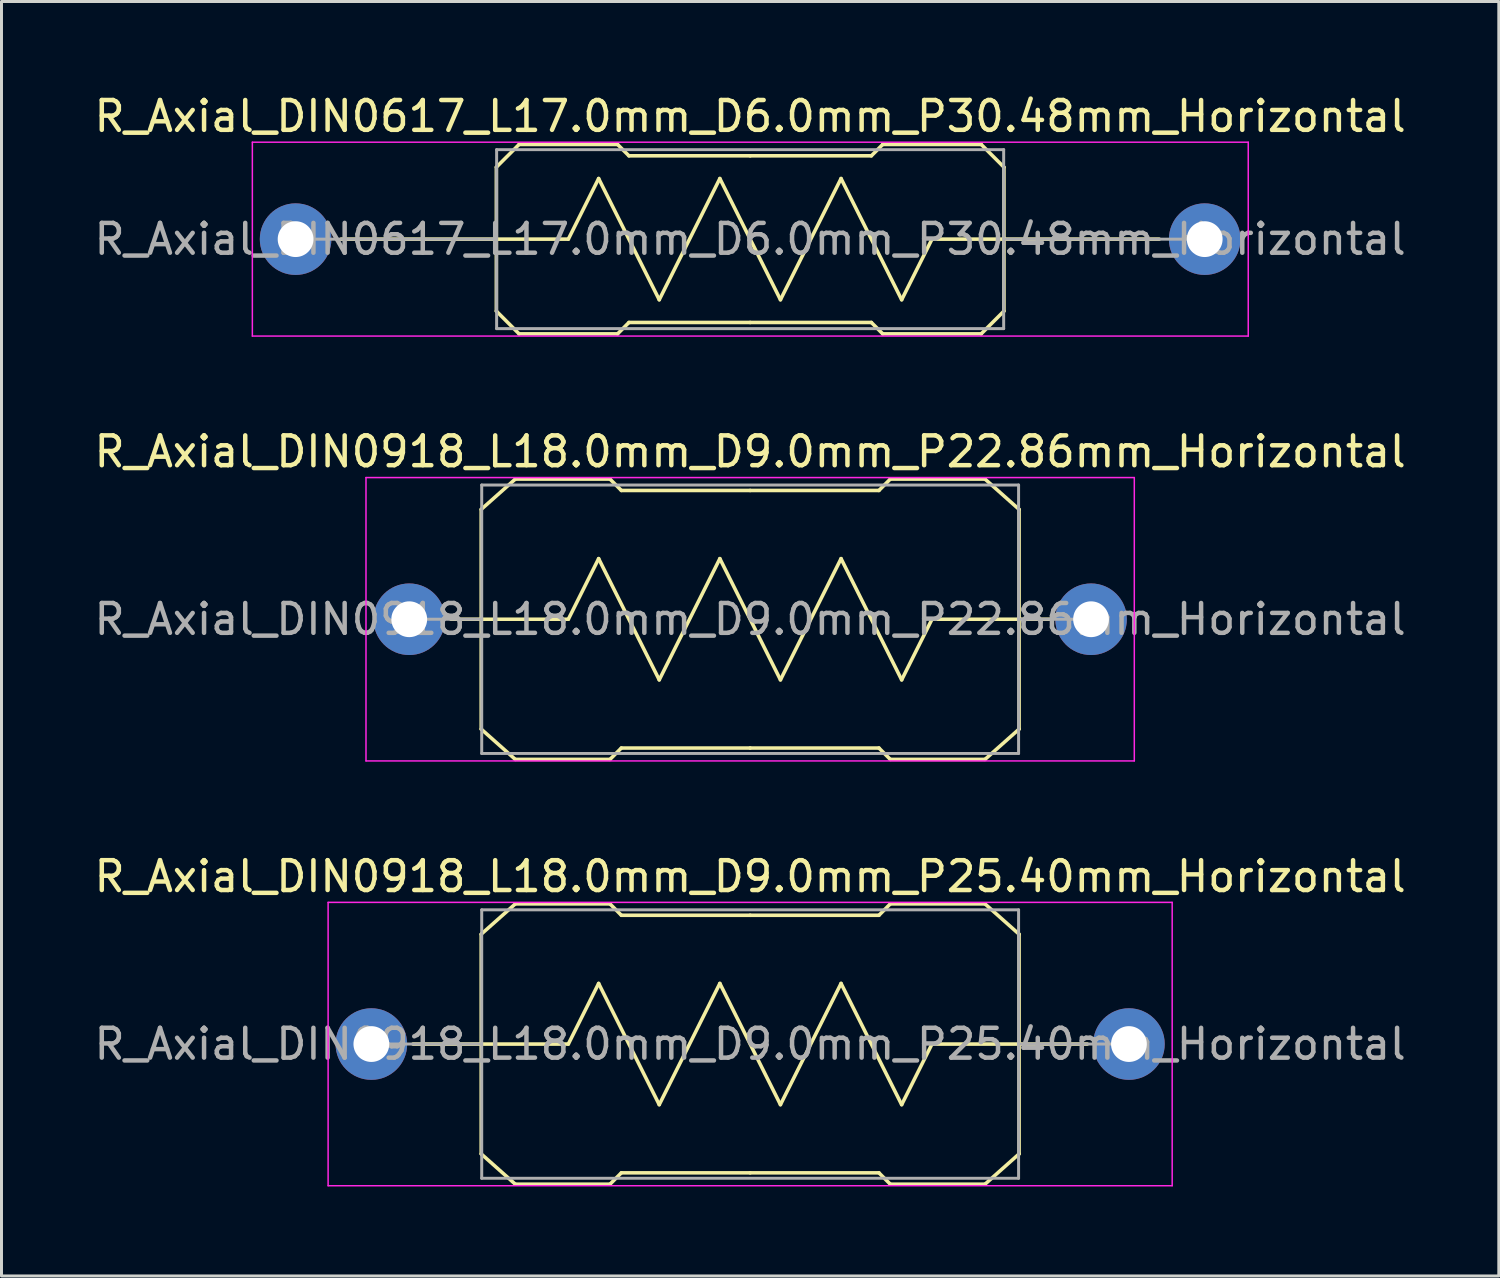
<source format=kicad_pcb>
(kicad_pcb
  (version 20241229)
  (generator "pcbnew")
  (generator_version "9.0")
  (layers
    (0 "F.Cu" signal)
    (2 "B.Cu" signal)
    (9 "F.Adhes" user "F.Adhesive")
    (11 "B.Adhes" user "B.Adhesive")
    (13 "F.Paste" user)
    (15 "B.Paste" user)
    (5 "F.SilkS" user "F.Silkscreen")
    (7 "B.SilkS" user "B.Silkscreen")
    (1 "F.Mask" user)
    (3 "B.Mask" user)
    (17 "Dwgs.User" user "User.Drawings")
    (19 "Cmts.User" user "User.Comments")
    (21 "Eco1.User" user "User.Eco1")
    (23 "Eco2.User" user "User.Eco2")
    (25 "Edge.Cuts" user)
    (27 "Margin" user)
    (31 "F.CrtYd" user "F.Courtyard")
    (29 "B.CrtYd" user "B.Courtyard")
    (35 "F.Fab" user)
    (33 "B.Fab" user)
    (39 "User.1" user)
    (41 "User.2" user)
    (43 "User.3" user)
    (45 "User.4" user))
  (footprint "R_Axial_DIN0918_L18.0mm_D9.0mm_P22.86mm_Horizontal"
    (layer "F.Cu")
    (at 10.671 17.712)
    (property "Reference" "R_Axial_DIN0918_L18.0mm_D9.0mm_P22.86mm_Horizontal" (at 11.43 -5.62 0) (layer "F.SilkS") (effects (font (size 1 1) (thickness 0.15))))
    (attr through_hole)
    (fp_line (start 2.413 -3.683) (end 2.413 3.683) (stroke (width 0.12) (type solid)) (layer "F.SilkS"))
    (fp_line (start 2.413 -3.683) (end 3.556 -4.699) (stroke (width 0.12) (type solid)) (layer "F.SilkS"))
    (fp_line (start 2.413 0) (end 1.397 0) (stroke (width 0.12) (type solid)) (layer "F.SilkS"))
    (fp_line (start 2.413 0) (end 5.334 0) (stroke (width 0.12) (type solid)) (layer "F.SilkS"))
    (fp_line (start 2.413 3.683) (end 3.556 4.699) (stroke (width 0.12) (type solid)) (layer "F.SilkS"))
    (fp_line (start 3.556 -4.699) (end 6.731 -4.699) (stroke (width 0.12) (type solid)) (layer "F.SilkS"))
    (fp_line (start 3.556 4.699) (end 6.731 4.699) (stroke (width 0.12) (type solid)) (layer "F.SilkS"))
    (fp_line (start 5.334 0) (end 6.35 -2.032) (stroke (width 0.12) (type solid)) (layer "F.SilkS"))
    (fp_line (start 6.35 -2.032) (end 8.382 2.032) (stroke (width 0.12) (type solid)) (layer "F.SilkS"))
    (fp_line (start 6.731 -4.699) (end 7.112 -4.318) (stroke (width 0.12) (type solid)) (layer "F.SilkS"))
    (fp_line (start 6.731 4.699) (end 7.112 4.318) (stroke (width 0.12) (type solid)) (layer "F.SilkS"))
    (fp_line (start 7.112 -4.318) (end 11.43 -4.318) (stroke (width 0.12) (type solid)) (layer "F.SilkS"))
    (fp_line (start 7.112 4.318) (end 11.43 4.318) (stroke (width 0.12) (type solid)) (layer "F.SilkS"))
    (fp_line (start 8.382 2.032) (end 10.414 -2.032) (stroke (width 0.12) (type solid)) (layer "F.SilkS"))
    (fp_line (start 10.414 -2.032) (end 12.446 2.032) (stroke (width 0.12) (type solid)) (layer "F.SilkS"))
    (fp_line (start 12.446 2.032) (end 14.478 -2.032) (stroke (width 0.12) (type solid)) (layer "F.SilkS"))
    (fp_line (start 14.478 -2.032) (end 16.51 2.032) (stroke (width 0.12) (type solid)) (layer "F.SilkS"))
    (fp_line (start 15.748 -4.318) (end 11.43 -4.318) (stroke (width 0.12) (type solid)) (layer "F.SilkS"))
    (fp_line (start 15.748 4.318) (end 11.43 4.318) (stroke (width 0.12) (type solid)) (layer "F.SilkS"))
    (fp_line (start 16.129 -4.699) (end 15.748 -4.318) (stroke (width 0.12) (type solid)) (layer "F.SilkS"))
    (fp_line (start 16.129 4.699) (end 15.748 4.318) (stroke (width 0.12) (type solid)) (layer "F.SilkS"))
    (fp_line (start 16.51 2.032) (end 17.526 0) (stroke (width 0.12) (type solid)) (layer "F.SilkS"))
    (fp_line (start 19.304 -4.699) (end 16.129 -4.699) (stroke (width 0.12) (type solid)) (layer "F.SilkS"))
    (fp_line (start 19.304 4.699) (end 16.129 4.699) (stroke (width 0.12) (type solid)) (layer "F.SilkS"))
    (fp_line (start 20.447 -3.683) (end 19.304 -4.699) (stroke (width 0.12) (type solid)) (layer "F.SilkS"))
    (fp_line (start 20.447 -3.683) (end 20.447 3.683) (stroke (width 0.12) (type solid)) (layer "F.SilkS"))
    (fp_line (start 20.447 0) (end 17.526 0) (stroke (width 0.12) (type solid)) (layer "F.SilkS"))
    (fp_line (start 20.447 0) (end 21.463 0) (stroke (width 0.12) (type solid)) (layer "F.SilkS"))
    (fp_line (start 20.447 3.683) (end 19.304 4.699) (stroke (width 0.12) (type solid)) (layer "F.SilkS"))
    (fp_line (start -1.45 -4.75) (end -1.45 4.75) (stroke (width 0.05) (type solid)) (layer "F.CrtYd"))
    (fp_line (start -1.45 4.75) (end 24.31 4.75) (stroke (width 0.05) (type solid)) (layer "F.CrtYd"))
    (fp_line (start 24.31 -4.75) (end -1.45 -4.75) (stroke (width 0.05) (type solid)) (layer "F.CrtYd"))
    (fp_line (start 24.31 4.75) (end 24.31 -4.75) (stroke (width 0.05) (type solid)) (layer "F.CrtYd"))
    (fp_line (start 0 0) (end 2.43 0) (stroke (width 0.1) (type solid)) (layer "F.Fab"))
    (fp_line (start 2.43 -4.5) (end 2.43 4.5) (stroke (width 0.1) (type solid)) (layer "F.Fab"))
    (fp_line (start 2.43 4.5) (end 20.43 4.5) (stroke (width 0.1) (type solid)) (layer "F.Fab"))
    (fp_line (start 20.43 -4.5) (end 2.43 -4.5) (stroke (width 0.1) (type solid)) (layer "F.Fab"))
    (fp_line (start 20.43 4.5) (end 20.43 -4.5) (stroke (width 0.1) (type solid)) (layer "F.Fab"))
    (fp_line (start 22.86 0) (end 20.43 0) (stroke (width 0.1) (type solid)) (layer "F.Fab"))
    (fp_text user "${REFERENCE}" (at 11.43 0 0) (layer "F.Fab") (effects (font (size 1 1) (thickness 0.15))))
    (pad "1" thru_hole circle (at 0 0) (size 2.4 2.4) (drill 1.2) (layers "*.Cu" "*.Mask"))
    (pad "2" thru_hole oval (at 22.86 0) (size 2.4 2.4) (drill 1.2) (layers "*.Cu" "*.Mask")))
  (footprint "R_Axial_DIN0617_L17.0mm_D6.0mm_P30.48mm_Horizontal"
    (layer "F.Cu")
    (at 6.861 4.968)
    (property "Reference" "R_Axial_DIN0617_L17.0mm_D6.0mm_P30.48mm_Horizontal" (at 15.24 -4.12 0) (layer "F.SilkS") (effects (font (size 1 1) (thickness 0.15))))
    (attr through_hole)
    (fp_line (start 6.731 -2.413) (end 6.731 2.413) (stroke (width 0.12) (type solid)) (layer "F.SilkS"))
    (fp_line (start 6.731 -2.413) (end 7.493 -3.175) (stroke (width 0.12) (type solid)) (layer "F.SilkS"))
    (fp_line (start 6.731 0) (end 1.524 0) (stroke (width 0.12) (type solid)) (layer "F.SilkS"))
    (fp_line (start 6.731 0) (end 9.144 0) (stroke (width 0.12) (type solid)) (layer "F.SilkS"))
    (fp_line (start 6.731 2.413) (end 7.493 3.175) (stroke (width 0.12) (type solid)) (layer "F.SilkS"))
    (fp_line (start 7.493 -3.175) (end 10.795 -3.175) (stroke (width 0.12) (type solid)) (layer "F.SilkS"))
    (fp_line (start 7.493 3.175) (end 10.795 3.175) (stroke (width 0.12) (type solid)) (layer "F.SilkS"))
    (fp_line (start 9.144 0) (end 10.16 -2.032) (stroke (width 0.12) (type solid)) (layer "F.SilkS"))
    (fp_line (start 10.16 -2.032) (end 12.192 2.032) (stroke (width 0.12) (type solid)) (layer "F.SilkS"))
    (fp_line (start 10.795 -3.175) (end 11.176 -2.794) (stroke (width 0.12) (type solid)) (layer "F.SilkS"))
    (fp_line (start 10.795 3.175) (end 11.176 2.794) (stroke (width 0.12) (type solid)) (layer "F.SilkS"))
    (fp_line (start 11.176 -2.794) (end 15.24 -2.794) (stroke (width 0.12) (type solid)) (layer "F.SilkS"))
    (fp_line (start 11.176 2.794) (end 15.24 2.794) (stroke (width 0.12) (type solid)) (layer "F.SilkS"))
    (fp_line (start 12.192 2.032) (end 14.224 -2.032) (stroke (width 0.12) (type solid)) (layer "F.SilkS"))
    (fp_line (start 14.224 -2.032) (end 16.256 2.032) (stroke (width 0.12) (type solid)) (layer "F.SilkS"))
    (fp_line (start 16.256 2.032) (end 18.288 -2.032) (stroke (width 0.12) (type solid)) (layer "F.SilkS"))
    (fp_line (start 18.288 -2.032) (end 20.32 2.032) (stroke (width 0.12) (type solid)) (layer "F.SilkS"))
    (fp_line (start 19.304 -2.794) (end 15.24 -2.794) (stroke (width 0.12) (type solid)) (layer "F.SilkS"))
    (fp_line (start 19.304 2.794) (end 15.24 2.794) (stroke (width 0.12) (type solid)) (layer "F.SilkS"))
    (fp_line (start 19.685 -3.175) (end 19.304 -2.794) (stroke (width 0.12) (type solid)) (layer "F.SilkS"))
    (fp_line (start 19.685 3.175) (end 19.304 2.794) (stroke (width 0.12) (type solid)) (layer "F.SilkS"))
    (fp_line (start 20.32 2.032) (end 21.336 0) (stroke (width 0.12) (type solid)) (layer "F.SilkS"))
    (fp_line (start 22.987 -3.175) (end 19.685 -3.175) (stroke (width 0.12) (type solid)) (layer "F.SilkS"))
    (fp_line (start 22.987 3.175) (end 19.685 3.175) (stroke (width 0.12) (type solid)) (layer "F.SilkS"))
    (fp_line (start 23.749 -2.413) (end 22.987 -3.175) (stroke (width 0.12) (type solid)) (layer "F.SilkS"))
    (fp_line (start 23.749 0) (end 21.336 0) (stroke (width 0.12) (type solid)) (layer "F.SilkS"))
    (fp_line (start 23.749 0) (end 28.956 0) (stroke (width 0.12) (type solid)) (layer "F.SilkS"))
    (fp_line (start 23.749 2.413) (end 22.987 3.175) (stroke (width 0.12) (type solid)) (layer "F.SilkS"))
    (fp_line (start 23.749 2.413) (end 23.749 -2.413) (stroke (width 0.12) (type solid)) (layer "F.SilkS"))
    (fp_line (start -1.45 -3.25) (end -1.45 3.25) (stroke (width 0.05) (type solid)) (layer "F.CrtYd"))
    (fp_line (start -1.45 3.25) (end 31.94 3.25) (stroke (width 0.05) (type solid)) (layer "F.CrtYd"))
    (fp_line (start 31.94 -3.25) (end -1.45 -3.25) (stroke (width 0.05) (type solid)) (layer "F.CrtYd"))
    (fp_line (start 31.94 3.25) (end 31.94 -3.25) (stroke (width 0.05) (type solid)) (layer "F.CrtYd"))
    (fp_line (start 0 0) (end 6.74 0) (stroke (width 0.1) (type solid)) (layer "F.Fab"))
    (fp_line (start 6.74 -3) (end 6.74 3) (stroke (width 0.1) (type solid)) (layer "F.Fab"))
    (fp_line (start 6.74 3) (end 23.74 3) (stroke (width 0.1) (type solid)) (layer "F.Fab"))
    (fp_line (start 23.74 -3) (end 6.74 -3) (stroke (width 0.1) (type solid)) (layer "F.Fab"))
    (fp_line (start 23.74 3) (end 23.74 -3) (stroke (width 0.1) (type solid)) (layer "F.Fab"))
    (fp_line (start 30.48 0) (end 23.74 0) (stroke (width 0.1) (type solid)) (layer "F.Fab"))
    (fp_text user "${REFERENCE}" (at 15.24 0 0) (layer "F.Fab") (effects (font (size 1 1) (thickness 0.15))))
    (pad "1" thru_hole circle (at 0 0) (size 2.4 2.4) (drill 1.2) (layers "*.Cu" "*.Mask"))
    (pad "2" thru_hole oval (at 30.48 0) (size 2.4 2.4) (drill 1.2) (layers "*.Cu" "*.Mask")))
  (footprint "R_Axial_DIN0918_L18.0mm_D9.0mm_P25.40mm_Horizontal"
    (layer "F.Cu")
    (at 9.401 31.955)
    (property "Reference" "R_Axial_DIN0918_L18.0mm_D9.0mm_P25.40mm_Horizontal" (at 12.7 -5.62 0) (layer "F.SilkS") (effects (font (size 1 1) (thickness 0.15))))
    (attr through_hole)
    (fp_line (start 3.683 -3.683) (end 3.683 3.683) (stroke (width 0.12) (type solid)) (layer "F.SilkS"))
    (fp_line (start 3.683 -3.683) (end 4.826 -4.699) (stroke (width 0.12) (type solid)) (layer "F.SilkS"))
    (fp_line (start 3.683 0) (end 1.397 0) (stroke (width 0.12) (type solid)) (layer "F.SilkS"))
    (fp_line (start 3.683 0) (end 6.604 0) (stroke (width 0.12) (type solid)) (layer "F.SilkS"))
    (fp_line (start 3.683 3.683) (end 4.826 4.699) (stroke (width 0.12) (type solid)) (layer "F.SilkS"))
    (fp_line (start 4.826 -4.699) (end 8.001 -4.699) (stroke (width 0.12) (type solid)) (layer "F.SilkS"))
    (fp_line (start 4.826 4.699) (end 8.001 4.699) (stroke (width 0.12) (type solid)) (layer "F.SilkS"))
    (fp_line (start 6.604 0) (end 7.62 -2.032) (stroke (width 0.12) (type solid)) (layer "F.SilkS"))
    (fp_line (start 7.62 -2.032) (end 9.652 2.032) (stroke (width 0.12) (type solid)) (layer "F.SilkS"))
    (fp_line (start 8.001 -4.699) (end 8.382 -4.318) (stroke (width 0.12) (type solid)) (layer "F.SilkS"))
    (fp_line (start 8.001 4.699) (end 8.382 4.318) (stroke (width 0.12) (type solid)) (layer "F.SilkS"))
    (fp_line (start 8.382 -4.318) (end 12.7 -4.318) (stroke (width 0.12) (type solid)) (layer "F.SilkS"))
    (fp_line (start 8.382 4.318) (end 12.7 4.318) (stroke (width 0.12) (type solid)) (layer "F.SilkS"))
    (fp_line (start 9.652 2.032) (end 11.684 -2.032) (stroke (width 0.12) (type solid)) (layer "F.SilkS"))
    (fp_line (start 11.684 -2.032) (end 13.716 2.032) (stroke (width 0.12) (type solid)) (layer "F.SilkS"))
    (fp_line (start 13.716 2.032) (end 15.748 -2.032) (stroke (width 0.12) (type solid)) (layer "F.SilkS"))
    (fp_line (start 15.748 -2.032) (end 17.78 2.032) (stroke (width 0.12) (type solid)) (layer "F.SilkS"))
    (fp_line (start 17.018 -4.318) (end 12.7 -4.318) (stroke (width 0.12) (type solid)) (layer "F.SilkS"))
    (fp_line (start 17.018 4.318) (end 12.7 4.318) (stroke (width 0.12) (type solid)) (layer "F.SilkS"))
    (fp_line (start 17.399 -4.699) (end 17.018 -4.318) (stroke (width 0.12) (type solid)) (layer "F.SilkS"))
    (fp_line (start 17.399 4.699) (end 17.018 4.318) (stroke (width 0.12) (type solid)) (layer "F.SilkS"))
    (fp_line (start 17.78 2.032) (end 18.796 0) (stroke (width 0.12) (type solid)) (layer "F.SilkS"))
    (fp_line (start 20.574 -4.699) (end 17.399 -4.699) (stroke (width 0.12) (type solid)) (layer "F.SilkS"))
    (fp_line (start 20.574 4.699) (end 17.399 4.699) (stroke (width 0.12) (type solid)) (layer "F.SilkS"))
    (fp_line (start 21.717 -3.683) (end 20.574 -4.699) (stroke (width 0.12) (type solid)) (layer "F.SilkS"))
    (fp_line (start 21.717 -3.683) (end 21.717 3.683) (stroke (width 0.12) (type solid)) (layer "F.SilkS"))
    (fp_line (start 21.717 0) (end 18.796 0) (stroke (width 0.12) (type solid)) (layer "F.SilkS"))
    (fp_line (start 21.717 0) (end 24.003 0) (stroke (width 0.12) (type solid)) (layer "F.SilkS"))
    (fp_line (start 21.717 3.683) (end 20.574 4.699) (stroke (width 0.12) (type solid)) (layer "F.SilkS"))
    (fp_line (start -1.45 -4.75) (end -1.45 4.75) (stroke (width 0.05) (type solid)) (layer "F.CrtYd"))
    (fp_line (start -1.45 4.75) (end 26.85 4.75) (stroke (width 0.05) (type solid)) (layer "F.CrtYd"))
    (fp_line (start 26.85 -4.75) (end -1.45 -4.75) (stroke (width 0.05) (type solid)) (layer "F.CrtYd"))
    (fp_line (start 26.85 4.75) (end 26.85 -4.75) (stroke (width 0.05) (type solid)) (layer "F.CrtYd"))
    (fp_line (start 0 0) (end 3.7 0) (stroke (width 0.1) (type solid)) (layer "F.Fab"))
    (fp_line (start 3.7 -4.5) (end 3.7 4.5) (stroke (width 0.1) (type solid)) (layer "F.Fab"))
    (fp_line (start 3.7 4.5) (end 21.7 4.5) (stroke (width 0.1) (type solid)) (layer "F.Fab"))
    (fp_line (start 21.7 -4.5) (end 3.7 -4.5) (stroke (width 0.1) (type solid)) (layer "F.Fab"))
    (fp_line (start 21.7 4.5) (end 21.7 -4.5) (stroke (width 0.1) (type solid)) (layer "F.Fab"))
    (fp_line (start 25.4 0) (end 21.7 0) (stroke (width 0.1) (type solid)) (layer "F.Fab"))
    (fp_text user "${REFERENCE}" (at 12.7 0 0) (layer "F.Fab") (effects (font (size 1 1) (thickness 0.15))))
    (pad "1" thru_hole circle (at 0 0) (size 2.4 2.4) (drill 1.2) (layers "*.Cu" "*.Mask"))
    (pad "2" thru_hole oval (at 25.4 0) (size 2.4 2.4) (drill 1.2) (layers "*.Cu" "*.Mask")))
  (gr_rect
    (start -3 -3)
    (end 47.202 39.73)
    (stroke (width 0.1) (type default))
    (fill no)
    (layer "Edge.Cuts")))
</source>
